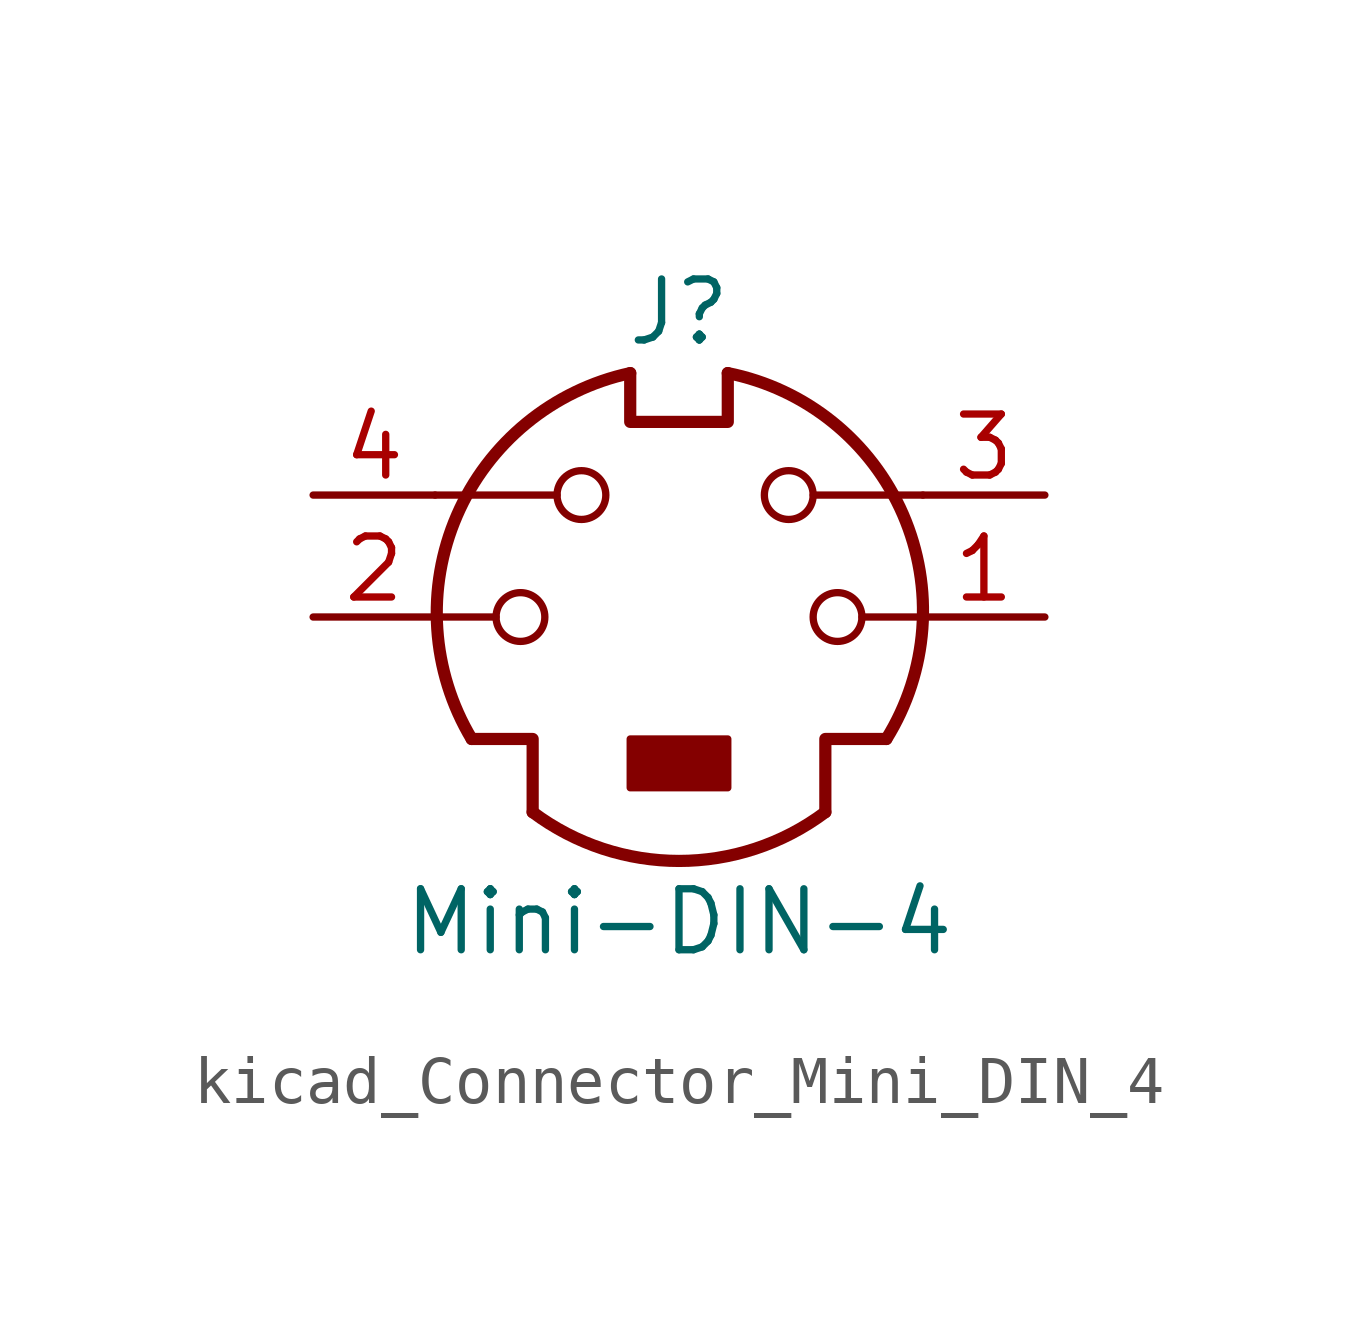
<source format=kicad_sym>
(kicad_symbol_lib
  (version 20220914)
  (generator kicad_symbol_editor)
  (symbol "kicad_Connector_Mini_DIN_4"
    (pin_names
      (offset 1.016))
    (property "Reference" "J"
      (at 0 6.35 0)
      (effects (font (size 1.27 1.27))))
    (property "Value" "Mini-DIN-4"
      (at 0 -6.35 0)
      (effects (font (size 1.27 1.27))))
    (symbol "kicad_Connector_Mini_DIN_4_0_1"
      (circle (center -3.302 0) (radius 0.508) (stroke (width 0) (type default)) (fill (type none)))
      (arc (start -3.048 -4.064) (mid 0 -5.08) (end 3.048 -4.064) (stroke (width 0.254) (type default)) (fill (type none)))
      (circle (center -2.032 2.54) (radius 0.508) (stroke (width 0) (type default)) (fill (type none)))
      (rectangle (start -1.016 -2.54) (end 1.016 -3.556) (stroke (width 0) (type default)) (fill (type outline)))
      (arc (start -1.016 5.08) (mid -4.6228 2.1214) (end -4.318 -2.54) (stroke (width 0.254) (type default)) (fill (type none)))
      (polyline (pts (xy -3.81 0) (xy -5.08 0)) (stroke (width 0) (type default)) (fill (type none)))
      (polyline (pts (xy -2.54 2.54) (xy -5.08 2.54)) (stroke (width 0) (type default)) (fill (type none)))
      (polyline (pts (xy 2.794 2.54) (xy 5.08 2.54)) (stroke (width 0) (type default)) (fill (type none)))
      (polyline (pts (xy 5.08 0) (xy 3.81 0)) (stroke (width 0) (type default)) (fill (type none)))
      (polyline (pts (xy -4.318 -2.54) (xy -3.048 -2.54) (xy -3.048 -4.064)) (stroke (width 0.254) (type default)) (fill (type none)))
      (polyline (pts (xy 4.318 -2.54) (xy 3.048 -2.54) (xy 3.048 -4.064)) (stroke (width 0.254) (type default)) (fill (type none)))
      (polyline (pts (xy -1.016 5.08) (xy -1.016 4.064) (xy 1.016 4.064) (xy 1.016 5.08)) (stroke (width 0.254) (type default)) (fill (type none)))
      (circle (center 2.286 2.54) (radius 0.508) (stroke (width 0) (type default)) (fill (type none)))
      (circle (center 3.302 0) (radius 0.508) (stroke (width 0) (type default)) (fill (type none)))
      (arc (start 4.318 -2.54) (mid 4.6661 2.1322) (end 1.016 5.08) (stroke (width 0.254) (type default)) (fill (type none))))
    (symbol "kicad_Connector_Mini_DIN_4_1_1"
      (pin passive line (at 7.62 0 180) (length 2.54) (name "~" (effects (font (size 1.27 1.27)))) (number "1" (effects (font (size 1.27 1.27)))))
      (pin passive line (at -7.62 0 0) (length 2.54) (name "~" (effects (font (size 1.27 1.27)))) (number "2" (effects (font (size 1.27 1.27)))))
      (pin passive line (at 7.62 2.54 180) (length 2.54) (name "~" (effects (font (size 1.27 1.27)))) (number "3" (effects (font (size 1.27 1.27)))))
      (pin passive line (at -7.62 2.54 0) (length 2.54) (name "~" (effects (font (size 1.27 1.27)))) (number "4" (effects (font (size 1.27 1.27))))))))
</source>
